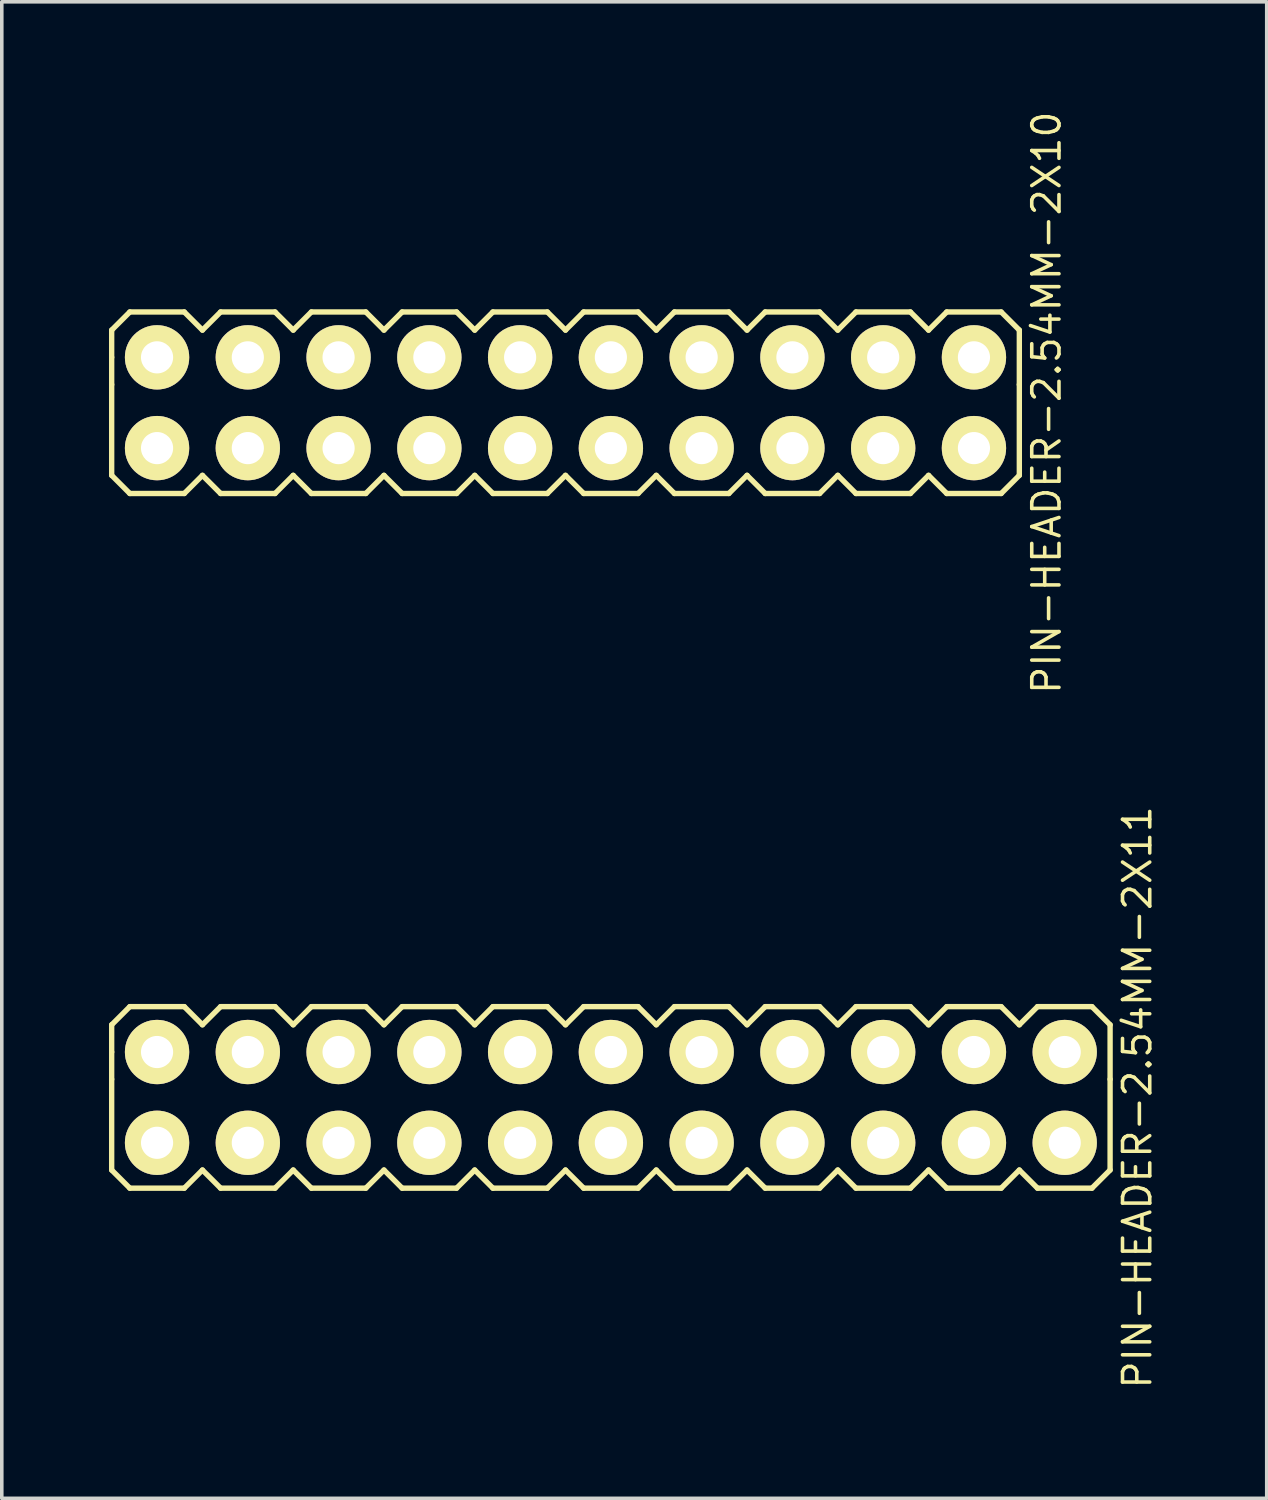
<source format=kicad_pcb>
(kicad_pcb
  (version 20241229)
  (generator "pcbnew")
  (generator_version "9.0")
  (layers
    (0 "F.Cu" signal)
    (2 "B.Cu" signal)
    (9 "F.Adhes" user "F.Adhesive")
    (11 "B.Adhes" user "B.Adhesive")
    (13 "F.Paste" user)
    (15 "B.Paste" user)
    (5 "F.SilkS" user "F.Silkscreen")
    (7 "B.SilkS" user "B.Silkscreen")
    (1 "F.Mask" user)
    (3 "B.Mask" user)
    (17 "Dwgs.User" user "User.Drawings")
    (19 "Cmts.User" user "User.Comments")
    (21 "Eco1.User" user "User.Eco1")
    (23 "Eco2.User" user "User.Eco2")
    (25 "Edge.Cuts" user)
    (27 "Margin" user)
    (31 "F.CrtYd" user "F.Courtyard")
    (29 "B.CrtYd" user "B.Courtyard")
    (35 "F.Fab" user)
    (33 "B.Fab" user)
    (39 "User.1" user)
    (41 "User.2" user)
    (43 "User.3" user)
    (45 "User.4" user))
  (footprint "PIN-HEADER-2.54MM-2X11"
    (layer "F.Cu")
    (at 14.045 27.66)
    (property "Reference" "PIN-HEADER-2.54MM-2X11" (at 14.732 0 90) (layer "F.SilkS") (effects (font (size 0.762 0.762) (thickness 0.1))))
    (attr through_hole)
    (fp_line (start -13.97 -2.032) (end -13.462 -2.54) (stroke (width 0.15) (type solid)) (layer "F.SilkS"))
    (fp_line (start -13.97 -1.27) (end -13.97 -2.032) (stroke (width 0.15) (type solid)) (layer "F.SilkS"))
    (fp_line (start -13.97 -0.508) (end -13.97 -1.27) (stroke (width 0.15) (type solid)) (layer "F.SilkS"))
    (fp_line (start -13.97 -0.508) (end -13.97 2.032) (stroke (width 0.15) (type solid)) (layer "F.SilkS"))
    (fp_line (start -13.462 -2.54) (end -11.938 -2.54) (stroke (width 0.15) (type solid)) (layer "F.SilkS"))
    (fp_line (start -13.462 2.54) (end -13.97 2.032) (stroke (width 0.15) (type solid)) (layer "F.SilkS"))
    (fp_line (start -11.938 -2.54) (end -11.43 -2.032) (stroke (width 0.15) (type solid)) (layer "F.SilkS"))
    (fp_line (start -11.938 2.54) (end -13.462 2.54) (stroke (width 0.15) (type solid)) (layer "F.SilkS"))
    (fp_line (start -11.43 -2.032) (end -10.922 -2.54) (stroke (width 0.15) (type solid)) (layer "F.SilkS"))
    (fp_line (start -11.43 2.032) (end -11.938 2.54) (stroke (width 0.15) (type solid)) (layer "F.SilkS"))
    (fp_line (start -10.922 -2.54) (end -9.398 -2.54) (stroke (width 0.15) (type solid)) (layer "F.SilkS"))
    (fp_line (start -10.922 2.54) (end -11.43 2.032) (stroke (width 0.15) (type solid)) (layer "F.SilkS"))
    (fp_line (start -9.398 -2.54) (end -8.89 -2.032) (stroke (width 0.15) (type solid)) (layer "F.SilkS"))
    (fp_line (start -9.398 2.54) (end -10.922 2.54) (stroke (width 0.15) (type solid)) (layer "F.SilkS"))
    (fp_line (start -8.89 -2.032) (end -8.382 -2.54) (stroke (width 0.15) (type solid)) (layer "F.SilkS"))
    (fp_line (start -8.89 2.032) (end -9.398 2.54) (stroke (width 0.15) (type solid)) (layer "F.SilkS"))
    (fp_line (start -8.382 -2.54) (end -6.858 -2.54) (stroke (width 0.15) (type solid)) (layer "F.SilkS"))
    (fp_line (start -8.382 2.54) (end -8.89 2.032) (stroke (width 0.15) (type solid)) (layer "F.SilkS"))
    (fp_line (start -6.858 -2.54) (end -6.35 -2.032) (stroke (width 0.15) (type solid)) (layer "F.SilkS"))
    (fp_line (start -6.858 2.54) (end -8.382 2.54) (stroke (width 0.15) (type solid)) (layer "F.SilkS"))
    (fp_line (start -6.35 -2.032) (end -5.842 -2.54) (stroke (width 0.15) (type solid)) (layer "F.SilkS"))
    (fp_line (start -6.35 2.032) (end -6.858 2.54) (stroke (width 0.15) (type solid)) (layer "F.SilkS"))
    (fp_line (start -5.842 -2.54) (end -4.318 -2.54) (stroke (width 0.15) (type solid)) (layer "F.SilkS"))
    (fp_line (start -5.842 2.54) (end -6.35 2.032) (stroke (width 0.15) (type solid)) (layer "F.SilkS"))
    (fp_line (start -4.318 -2.54) (end -3.81 -2.032) (stroke (width 0.15) (type solid)) (layer "F.SilkS"))
    (fp_line (start -4.318 2.54) (end -5.842 2.54) (stroke (width 0.15) (type solid)) (layer "F.SilkS"))
    (fp_line (start -3.81 -2.032) (end -3.302 -2.54) (stroke (width 0.15) (type solid)) (layer "F.SilkS"))
    (fp_line (start -3.81 2.032) (end -4.318 2.54) (stroke (width 0.15) (type solid)) (layer "F.SilkS"))
    (fp_line (start -3.302 -2.54) (end -1.778 -2.54) (stroke (width 0.15) (type solid)) (layer "F.SilkS"))
    (fp_line (start -3.302 2.54) (end -3.81 2.032) (stroke (width 0.15) (type solid)) (layer "F.SilkS"))
    (fp_line (start -1.778 -2.54) (end -1.27 -2.032) (stroke (width 0.15) (type solid)) (layer "F.SilkS"))
    (fp_line (start -1.778 2.54) (end -3.302 2.54) (stroke (width 0.15) (type solid)) (layer "F.SilkS"))
    (fp_line (start -1.27 -2.032) (end -0.762 -2.54) (stroke (width 0.15) (type solid)) (layer "F.SilkS"))
    (fp_line (start -1.27 2.032) (end -1.778 2.54) (stroke (width 0.15) (type solid)) (layer "F.SilkS"))
    (fp_line (start -0.762 -2.54) (end 0.762 -2.54) (stroke (width 0.15) (type solid)) (layer "F.SilkS"))
    (fp_line (start -0.762 2.54) (end -1.27 2.032) (stroke (width 0.15) (type solid)) (layer "F.SilkS"))
    (fp_line (start 0.762 -2.54) (end 1.27 -2.032) (stroke (width 0.15) (type solid)) (layer "F.SilkS"))
    (fp_line (start 0.762 2.54) (end -0.762 2.54) (stroke (width 0.15) (type solid)) (layer "F.SilkS"))
    (fp_line (start 1.27 -2.032) (end 1.778 -2.54) (stroke (width 0.15) (type solid)) (layer "F.SilkS"))
    (fp_line (start 1.27 2.032) (end 0.762 2.54) (stroke (width 0.15) (type solid)) (layer "F.SilkS"))
    (fp_line (start 1.778 -2.54) (end 3.302 -2.54) (stroke (width 0.15) (type solid)) (layer "F.SilkS"))
    (fp_line (start 1.778 2.54) (end 1.27 2.032) (stroke (width 0.15) (type solid)) (layer "F.SilkS"))
    (fp_line (start 3.302 -2.54) (end 3.81 -2.032) (stroke (width 0.15) (type solid)) (layer "F.SilkS"))
    (fp_line (start 3.302 2.54) (end 1.778 2.54) (stroke (width 0.15) (type solid)) (layer "F.SilkS"))
    (fp_line (start 3.81 -2.032) (end 4.318 -2.54) (stroke (width 0.15) (type solid)) (layer "F.SilkS"))
    (fp_line (start 3.81 2.032) (end 3.302 2.54) (stroke (width 0.15) (type solid)) (layer "F.SilkS"))
    (fp_line (start 4.318 -2.54) (end 5.842 -2.54) (stroke (width 0.15) (type solid)) (layer "F.SilkS"))
    (fp_line (start 4.318 2.54) (end 3.81 2.032) (stroke (width 0.15) (type solid)) (layer "F.SilkS"))
    (fp_line (start 5.842 -2.54) (end 6.35 -2.032) (stroke (width 0.15) (type solid)) (layer "F.SilkS"))
    (fp_line (start 5.842 2.54) (end 4.318 2.54) (stroke (width 0.15) (type solid)) (layer "F.SilkS"))
    (fp_line (start 6.35 -2.032) (end 6.858 -2.54) (stroke (width 0.15) (type solid)) (layer "F.SilkS"))
    (fp_line (start 6.35 2.032) (end 5.842 2.54) (stroke (width 0.15) (type solid)) (layer "F.SilkS"))
    (fp_line (start 6.858 -2.54) (end 8.382 -2.54) (stroke (width 0.15) (type solid)) (layer "F.SilkS"))
    (fp_line (start 6.858 2.54) (end 6.35 2.032) (stroke (width 0.15) (type solid)) (layer "F.SilkS"))
    (fp_line (start 8.382 -2.54) (end 8.89 -2.032) (stroke (width 0.15) (type solid)) (layer "F.SilkS"))
    (fp_line (start 8.382 2.54) (end 6.858 2.54) (stroke (width 0.15) (type solid)) (layer "F.SilkS"))
    (fp_line (start 8.89 -2.032) (end 9.398 -2.54) (stroke (width 0.15) (type solid)) (layer "F.SilkS"))
    (fp_line (start 8.89 2.032) (end 8.382 2.54) (stroke (width 0.15) (type solid)) (layer "F.SilkS"))
    (fp_line (start 9.398 -2.54) (end 10.922 -2.54) (stroke (width 0.15) (type solid)) (layer "F.SilkS"))
    (fp_line (start 9.398 2.54) (end 8.89 2.032) (stroke (width 0.15) (type solid)) (layer "F.SilkS"))
    (fp_line (start 10.922 -2.54) (end 11.43 -2.032) (stroke (width 0.15) (type solid)) (layer "F.SilkS"))
    (fp_line (start 10.922 2.54) (end 9.398 2.54) (stroke (width 0.15) (type solid)) (layer "F.SilkS"))
    (fp_line (start 11.43 -2.032) (end 11.938 -2.54) (stroke (width 0.15) (type solid)) (layer "F.SilkS"))
    (fp_line (start 11.43 2.032) (end 10.922 2.54) (stroke (width 0.15) (type solid)) (layer "F.SilkS"))
    (fp_line (start 11.938 -2.54) (end 13.462 -2.54) (stroke (width 0.15) (type solid)) (layer "F.SilkS"))
    (fp_line (start 11.938 2.54) (end 11.43 2.032) (stroke (width 0.15) (type solid)) (layer "F.SilkS"))
    (fp_line (start 13.462 -2.54) (end 13.97 -2.032) (stroke (width 0.15) (type solid)) (layer "F.SilkS"))
    (fp_line (start 13.462 2.54) (end 11.938 2.54) (stroke (width 0.15) (type solid)) (layer "F.SilkS"))
    (fp_line (start 13.97 -2.032) (end 13.97 -0.508) (stroke (width 0.15) (type solid)) (layer "F.SilkS"))
    (fp_line (start 13.97 -0.508) (end 13.97 2.032) (stroke (width 0.15) (type solid)) (layer "F.SilkS"))
    (fp_line (start 13.97 2.032) (end 13.462 2.54) (stroke (width 0.15) (type solid)) (layer "F.SilkS"))
    (pad "1" thru_hole circle (at -12.7 1.27) (size 1.8 1.8) (drill 0.9) (layers "*.Cu" "*.Mask" "F.SilkS"))
    (pad "2" thru_hole circle (at -12.7 -1.27) (size 1.8 1.8) (drill 0.9) (layers "*.Cu" "*.Mask" "F.SilkS"))
    (pad "3" thru_hole circle (at -10.16 1.27) (size 1.8 1.8) (drill 0.9) (layers "*.Cu" "*.Mask" "F.SilkS"))
    (pad "4" thru_hole circle (at -10.16 -1.27) (size 1.8 1.8) (drill 0.9) (layers "*.Cu" "*.Mask" "F.SilkS"))
    (pad "5" thru_hole circle (at -7.62 1.27) (size 1.8 1.8) (drill 0.9) (layers "*.Cu" "*.Mask" "F.SilkS"))
    (pad "6" thru_hole circle (at -7.62 -1.27) (size 1.8 1.8) (drill 0.9) (layers "*.Cu" "*.Mask" "F.SilkS"))
    (pad "7" thru_hole circle (at -5.08 1.27) (size 1.8 1.8) (drill 0.9) (layers "*.Cu" "*.Mask" "F.SilkS"))
    (pad "8" thru_hole circle (at -5.08 -1.27) (size 1.8 1.8) (drill 0.9) (layers "*.Cu" "*.Mask" "F.SilkS"))
    (pad "9" thru_hole circle (at -2.54 1.27) (size 1.8 1.8) (drill 0.9) (layers "*.Cu" "*.Mask" "F.SilkS"))
    (pad "10" thru_hole circle (at -2.54 -1.27) (size 1.8 1.8) (drill 0.9) (layers "*.Cu" "*.Mask" "F.SilkS"))
    (pad "11" thru_hole circle (at 0 1.27) (size 1.8 1.8) (drill 0.9) (layers "*.Cu" "*.Mask" "F.SilkS"))
    (pad "12" thru_hole circle (at 0 -1.27) (size 1.8 1.8) (drill 0.9) (layers "*.Cu" "*.Mask" "F.SilkS"))
    (pad "13" thru_hole circle (at 2.54 1.27) (size 1.8 1.8) (drill 0.9) (layers "*.Cu" "*.Mask" "F.SilkS"))
    (pad "14" thru_hole circle (at 2.54 -1.27) (size 1.8 1.8) (drill 0.9) (layers "*.Cu" "*.Mask" "F.SilkS"))
    (pad "15" thru_hole circle (at 5.08 1.27) (size 1.8 1.8) (drill 0.9) (layers "*.Cu" "*.Mask" "F.SilkS"))
    (pad "16" thru_hole circle (at 5.08 -1.27) (size 1.8 1.8) (drill 0.9) (layers "*.Cu" "*.Mask" "F.SilkS"))
    (pad "17" thru_hole circle (at 7.62 1.27) (size 1.8 1.8) (drill 0.9) (layers "*.Cu" "*.Mask" "F.SilkS"))
    (pad "18" thru_hole circle (at 7.62 -1.27) (size 1.8 1.8) (drill 0.9) (layers "*.Cu" "*.Mask" "F.SilkS"))
    (pad "19" thru_hole circle (at 10.16 1.27) (size 1.8 1.8) (drill 0.9) (layers "*.Cu" "*.Mask" "F.SilkS"))
    (pad "20" thru_hole circle (at 10.16 -1.27) (size 1.8 1.8) (drill 0.9) (layers "*.Cu" "*.Mask" "F.SilkS"))
    (pad "21" thru_hole circle (at 12.7 1.27) (size 1.8 1.8) (drill 0.9) (layers "*.Cu" "*.Mask" "F.SilkS"))
    (pad "22" thru_hole circle (at 12.7 -1.27) (size 1.8 1.8) (drill 0.9) (layers "*.Cu" "*.Mask" "F.SilkS")))
  (footprint "PIN-HEADER-2.54MM-2X10"
    (layer "F.Cu")
    (at 12.775 8.22)
    (property "Reference" "PIN-HEADER-2.54MM-2X10" (at 13.462 0 90) (layer "F.SilkS") (effects (font (size 0.762 0.762) (thickness 0.1))))
    (attr through_hole)
    (fp_line (start -12.7 -2.032) (end -12.192 -2.54) (stroke (width 0.15) (type solid)) (layer "F.SilkS"))
    (fp_line (start -12.7 -1.27) (end -12.7 -2.032) (stroke (width 0.15) (type solid)) (layer "F.SilkS"))
    (fp_line (start -12.7 -0.508) (end -12.7 -1.27) (stroke (width 0.15) (type solid)) (layer "F.SilkS"))
    (fp_line (start -12.7 -0.508) (end -12.7 2.032) (stroke (width 0.15) (type solid)) (layer "F.SilkS"))
    (fp_line (start -12.7 2.032) (end -12.192 2.54) (stroke (width 0.15) (type solid)) (layer "F.SilkS"))
    (fp_line (start -12.192 -2.54) (end -10.668 -2.54) (stroke (width 0.15) (type solid)) (layer "F.SilkS"))
    (fp_line (start -12.192 2.54) (end -10.668 2.54) (stroke (width 0.15) (type solid)) (layer "F.SilkS"))
    (fp_line (start -10.668 -2.54) (end -10.16 -2.032) (stroke (width 0.15) (type solid)) (layer "F.SilkS"))
    (fp_line (start -10.668 2.54) (end -10.16 2.032) (stroke (width 0.15) (type solid)) (layer "F.SilkS"))
    (fp_line (start -10.16 -2.032) (end -9.652 -2.54) (stroke (width 0.15) (type solid)) (layer "F.SilkS"))
    (fp_line (start -10.16 2.032) (end -9.652 2.54) (stroke (width 0.15) (type solid)) (layer "F.SilkS"))
    (fp_line (start -9.652 -2.54) (end -8.128 -2.54) (stroke (width 0.15) (type solid)) (layer "F.SilkS"))
    (fp_line (start -9.652 2.54) (end -8.128 2.54) (stroke (width 0.15) (type solid)) (layer "F.SilkS"))
    (fp_line (start -8.128 -2.54) (end -7.62 -2.032) (stroke (width 0.15) (type solid)) (layer "F.SilkS"))
    (fp_line (start -8.128 2.54) (end -7.62 2.032) (stroke (width 0.15) (type solid)) (layer "F.SilkS"))
    (fp_line (start -7.62 -2.032) (end -7.112 -2.54) (stroke (width 0.15) (type solid)) (layer "F.SilkS"))
    (fp_line (start -7.62 2.032) (end -7.112 2.54) (stroke (width 0.15) (type solid)) (layer "F.SilkS"))
    (fp_line (start -7.112 -2.54) (end -5.588 -2.54) (stroke (width 0.15) (type solid)) (layer "F.SilkS"))
    (fp_line (start -7.112 2.54) (end -5.588 2.54) (stroke (width 0.15) (type solid)) (layer "F.SilkS"))
    (fp_line (start -5.588 -2.54) (end -5.08 -2.032) (stroke (width 0.15) (type solid)) (layer "F.SilkS"))
    (fp_line (start -5.588 2.54) (end -5.08 2.032) (stroke (width 0.15) (type solid)) (layer "F.SilkS"))
    (fp_line (start -5.08 -2.032) (end -4.572 -2.54) (stroke (width 0.15) (type solid)) (layer "F.SilkS"))
    (fp_line (start -5.08 2.032) (end -4.572 2.54) (stroke (width 0.15) (type solid)) (layer "F.SilkS"))
    (fp_line (start -4.572 -2.54) (end -3.048 -2.54) (stroke (width 0.15) (type solid)) (layer "F.SilkS"))
    (fp_line (start -4.572 2.54) (end -3.048 2.54) (stroke (width 0.15) (type solid)) (layer "F.SilkS"))
    (fp_line (start -3.048 -2.54) (end -2.54 -2.032) (stroke (width 0.15) (type solid)) (layer "F.SilkS"))
    (fp_line (start -3.048 2.54) (end -2.54 2.032) (stroke (width 0.15) (type solid)) (layer "F.SilkS"))
    (fp_line (start -2.54 -2.032) (end -2.032 -2.54) (stroke (width 0.15) (type solid)) (layer "F.SilkS"))
    (fp_line (start -2.54 2.032) (end -2.032 2.54) (stroke (width 0.15) (type solid)) (layer "F.SilkS"))
    (fp_line (start -2.032 -2.54) (end -0.508 -2.54) (stroke (width 0.15) (type solid)) (layer "F.SilkS"))
    (fp_line (start -2.032 2.54) (end -0.508 2.54) (stroke (width 0.15) (type solid)) (layer "F.SilkS"))
    (fp_line (start -0.508 -2.54) (end 0 -2.032) (stroke (width 0.15) (type solid)) (layer "F.SilkS"))
    (fp_line (start -0.508 2.54) (end 0 2.032) (stroke (width 0.15) (type solid)) (layer "F.SilkS"))
    (fp_line (start 0 -2.032) (end 0.508 -2.54) (stroke (width 0.15) (type solid)) (layer "F.SilkS"))
    (fp_line (start 0 2.032) (end 0.508 2.54) (stroke (width 0.15) (type solid)) (layer "F.SilkS"))
    (fp_line (start 0.508 -2.54) (end 2.032 -2.54) (stroke (width 0.15) (type solid)) (layer "F.SilkS"))
    (fp_line (start 0.508 2.54) (end 2.032 2.54) (stroke (width 0.15) (type solid)) (layer "F.SilkS"))
    (fp_line (start 2.032 -2.54) (end 2.54 -2.032) (stroke (width 0.15) (type solid)) (layer "F.SilkS"))
    (fp_line (start 2.032 2.54) (end 2.54 2.032) (stroke (width 0.15) (type solid)) (layer "F.SilkS"))
    (fp_line (start 2.54 -2.032) (end 3.048 -2.54) (stroke (width 0.15) (type solid)) (layer "F.SilkS"))
    (fp_line (start 2.54 2.032) (end 3.048 2.54) (stroke (width 0.15) (type solid)) (layer "F.SilkS"))
    (fp_line (start 3.048 -2.54) (end 4.572 -2.54) (stroke (width 0.15) (type solid)) (layer "F.SilkS"))
    (fp_line (start 3.048 2.54) (end 4.572 2.54) (stroke (width 0.15) (type solid)) (layer "F.SilkS"))
    (fp_line (start 4.572 -2.54) (end 5.08 -2.032) (stroke (width 0.15) (type solid)) (layer "F.SilkS"))
    (fp_line (start 4.572 2.54) (end 5.08 2.032) (stroke (width 0.15) (type solid)) (layer "F.SilkS"))
    (fp_line (start 5.08 -2.032) (end 5.588 -2.54) (stroke (width 0.15) (type solid)) (layer "F.SilkS"))
    (fp_line (start 5.08 2.032) (end 5.588 2.54) (stroke (width 0.15) (type solid)) (layer "F.SilkS"))
    (fp_line (start 5.588 -2.54) (end 7.112 -2.54) (stroke (width 0.15) (type solid)) (layer "F.SilkS"))
    (fp_line (start 5.588 2.54) (end 7.112 2.54) (stroke (width 0.15) (type solid)) (layer "F.SilkS"))
    (fp_line (start 7.112 -2.54) (end 7.62 -2.032) (stroke (width 0.15) (type solid)) (layer "F.SilkS"))
    (fp_line (start 7.112 2.54) (end 7.62 2.032) (stroke (width 0.15) (type solid)) (layer "F.SilkS"))
    (fp_line (start 7.62 -2.032) (end 8.128 -2.54) (stroke (width 0.15) (type solid)) (layer "F.SilkS"))
    (fp_line (start 7.62 2.032) (end 8.128 2.54) (stroke (width 0.15) (type solid)) (layer "F.SilkS"))
    (fp_line (start 8.128 -2.54) (end 9.652 -2.54) (stroke (width 0.15) (type solid)) (layer "F.SilkS"))
    (fp_line (start 8.128 2.54) (end 9.652 2.54) (stroke (width 0.15) (type solid)) (layer "F.SilkS"))
    (fp_line (start 9.652 -2.54) (end 10.16 -2.032) (stroke (width 0.15) (type solid)) (layer "F.SilkS"))
    (fp_line (start 9.652 2.54) (end 10.16 2.032) (stroke (width 0.15) (type solid)) (layer "F.SilkS"))
    (fp_line (start 10.16 -2.032) (end 10.668 -2.54) (stroke (width 0.15) (type solid)) (layer "F.SilkS"))
    (fp_line (start 10.16 2.032) (end 10.668 2.54) (stroke (width 0.15) (type solid)) (layer "F.SilkS"))
    (fp_line (start 10.668 -2.54) (end 12.192 -2.54) (stroke (width 0.15) (type solid)) (layer "F.SilkS"))
    (fp_line (start 10.668 2.54) (end 12.192 2.54) (stroke (width 0.15) (type solid)) (layer "F.SilkS"))
    (fp_line (start 12.192 -2.54) (end 12.7 -2.032) (stroke (width 0.15) (type solid)) (layer "F.SilkS"))
    (fp_line (start 12.192 2.54) (end 12.7 2.032) (stroke (width 0.15) (type solid)) (layer "F.SilkS"))
    (fp_line (start 12.7 -2.032) (end 12.7 -0.508) (stroke (width 0.15) (type solid)) (layer "F.SilkS"))
    (fp_line (start 12.7 2.032) (end 12.7 -0.508) (stroke (width 0.15) (type solid)) (layer "F.SilkS"))
    (pad "1" thru_hole circle (at -11.43 1.27) (size 1.8 1.8) (drill 0.9) (layers "*.Cu" "*.Mask" "F.SilkS"))
    (pad "2" thru_hole circle (at -11.43 -1.27) (size 1.8 1.8) (drill 0.9) (layers "*.Cu" "*.Mask" "F.SilkS"))
    (pad "3" thru_hole circle (at -8.89 1.27) (size 1.8 1.8) (drill 0.9) (layers "*.Cu" "*.Mask" "F.SilkS"))
    (pad "4" thru_hole circle (at -8.89 -1.27) (size 1.8 1.8) (drill 0.9) (layers "*.Cu" "*.Mask" "F.SilkS"))
    (pad "5" thru_hole circle (at -6.35 1.27) (size 1.8 1.8) (drill 0.9) (layers "*.Cu" "*.Mask" "F.SilkS"))
    (pad "6" thru_hole circle (at -6.35 -1.27) (size 1.8 1.8) (drill 0.9) (layers "*.Cu" "*.Mask" "F.SilkS"))
    (pad "7" thru_hole circle (at -3.81 1.27) (size 1.8 1.8) (drill 0.9) (layers "*.Cu" "*.Mask" "F.SilkS"))
    (pad "8" thru_hole circle (at -3.81 -1.27) (size 1.8 1.8) (drill 0.9) (layers "*.Cu" "*.Mask" "F.SilkS"))
    (pad "9" thru_hole circle (at -1.27 1.27) (size 1.8 1.8) (drill 0.9) (layers "*.Cu" "*.Mask" "F.SilkS"))
    (pad "10" thru_hole circle (at -1.27 -1.27) (size 1.8 1.8) (drill 0.9) (layers "*.Cu" "*.Mask" "F.SilkS"))
    (pad "11" thru_hole circle (at 1.27 1.27) (size 1.8 1.8) (drill 0.9) (layers "*.Cu" "*.Mask" "F.SilkS"))
    (pad "12" thru_hole circle (at 1.27 -1.27) (size 1.8 1.8) (drill 0.9) (layers "*.Cu" "*.Mask" "F.SilkS"))
    (pad "13" thru_hole circle (at 3.81 1.27) (size 1.8 1.8) (drill 0.9) (layers "*.Cu" "*.Mask" "F.SilkS"))
    (pad "14" thru_hole circle (at 3.81 -1.27) (size 1.8 1.8) (drill 0.9) (layers "*.Cu" "*.Mask" "F.SilkS"))
    (pad "15" thru_hole circle (at 6.35 1.27) (size 1.8 1.8) (drill 0.9) (layers "*.Cu" "*.Mask" "F.SilkS"))
    (pad "16" thru_hole circle (at 6.35 -1.27) (size 1.8 1.8) (drill 0.9) (layers "*.Cu" "*.Mask" "F.SilkS"))
    (pad "17" thru_hole circle (at 8.89 1.27) (size 1.8 1.8) (drill 0.9) (layers "*.Cu" "*.Mask" "F.SilkS"))
    (pad "18" thru_hole circle (at 8.89 -1.27) (size 1.8 1.8) (drill 0.9) (layers "*.Cu" "*.Mask" "F.SilkS"))
    (pad "19" thru_hole circle (at 11.43 1.27) (size 1.8 1.8) (drill 0.9) (layers "*.Cu" "*.Mask" "F.SilkS"))
    (pad "20" thru_hole circle (at 11.43 -1.27) (size 1.8 1.8) (drill 0.9) (layers "*.Cu" "*.Mask" "F.SilkS")))
  (gr_rect
    (start -3 -3)
    (end 32.398 38.88)
    (stroke (width 0.1) (type default))
    (fill no)
    (layer "Edge.Cuts")))
</source>
